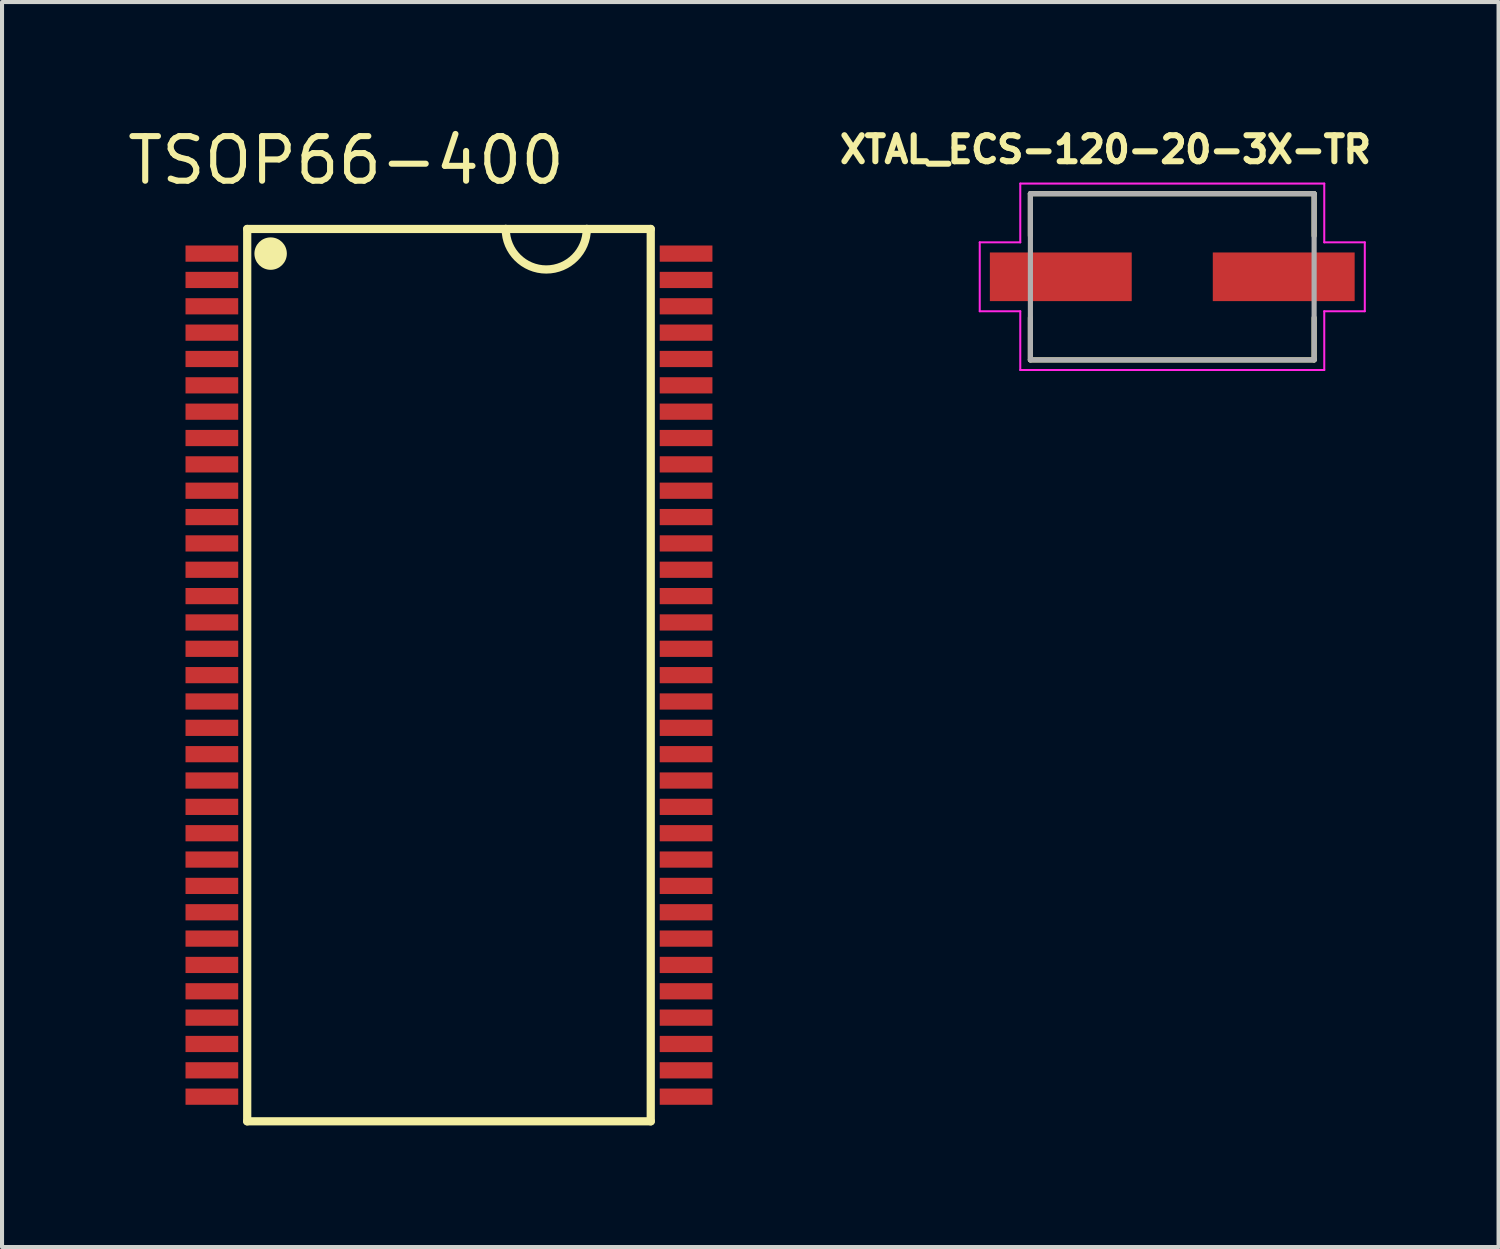
<source format=kicad_pcb>
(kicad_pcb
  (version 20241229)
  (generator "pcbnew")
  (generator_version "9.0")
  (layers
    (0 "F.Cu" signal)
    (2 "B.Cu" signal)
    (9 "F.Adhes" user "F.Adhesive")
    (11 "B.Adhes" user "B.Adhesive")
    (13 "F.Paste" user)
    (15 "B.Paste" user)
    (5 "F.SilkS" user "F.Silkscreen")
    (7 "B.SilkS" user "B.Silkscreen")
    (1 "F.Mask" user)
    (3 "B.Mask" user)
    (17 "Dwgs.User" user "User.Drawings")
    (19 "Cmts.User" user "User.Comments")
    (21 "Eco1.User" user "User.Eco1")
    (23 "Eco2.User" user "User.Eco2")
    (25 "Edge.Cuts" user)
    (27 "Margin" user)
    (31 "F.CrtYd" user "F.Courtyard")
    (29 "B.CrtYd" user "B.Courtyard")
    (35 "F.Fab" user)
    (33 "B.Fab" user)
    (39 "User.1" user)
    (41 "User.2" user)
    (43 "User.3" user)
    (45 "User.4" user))
  (footprint "XTAL_ECS-120-20-3X-TR"
    (layer "F.Cu")
    (at 25.872 3.779)
    (property "Reference" "XTAL_ECS-120-20-3X-TR" (at -1.648 -3.14 0) (layer "F.SilkS") (effects (font (size 0.641 0.641) (thickness 0.15))))
    (attr smd)
    (fp_line (start -3.5 -2.05) (end 3.5 -2.05) (stroke (width 0.127) (type solid)) (layer "F.SilkS"))
    (fp_line (start -3.5 -1.01) (end -3.5 -2.05) (stroke (width 0.127) (type solid)) (layer "F.SilkS"))
    (fp_line (start -3.5 2.05) (end -3.5 1.01) (stroke (width 0.127) (type solid)) (layer "F.SilkS"))
    (fp_line (start 3.5 -2.05) (end 3.5 -1.01) (stroke (width 0.127) (type solid)) (layer "F.SilkS"))
    (fp_line (start 3.5 1.01) (end 3.5 2.05) (stroke (width 0.127) (type solid)) (layer "F.SilkS"))
    (fp_line (start 3.5 2.05) (end -3.5 2.05) (stroke (width 0.127) (type solid)) (layer "F.SilkS"))
    (fp_line (start -4.75 -0.85) (end -4.75 0.85) (stroke (width 0.05) (type solid)) (layer "F.CrtYd"))
    (fp_line (start -4.75 0.85) (end -3.75 0.85) (stroke (width 0.05) (type solid)) (layer "F.CrtYd"))
    (fp_line (start -3.75 -2.3) (end -3.75 -0.85) (stroke (width 0.05) (type solid)) (layer "F.CrtYd"))
    (fp_line (start -3.75 -0.85) (end -4.75 -0.85) (stroke (width 0.05) (type solid)) (layer "F.CrtYd"))
    (fp_line (start -3.75 0.85) (end -3.75 2.3) (stroke (width 0.05) (type solid)) (layer "F.CrtYd"))
    (fp_line (start -3.75 2.3) (end 3.75 2.3) (stroke (width 0.05) (type solid)) (layer "F.CrtYd"))
    (fp_line (start 3.75 -2.3) (end -3.75 -2.3) (stroke (width 0.05) (type solid)) (layer "F.CrtYd"))
    (fp_line (start 3.75 -0.85) (end 3.75 -2.3) (stroke (width 0.05) (type solid)) (layer "F.CrtYd"))
    (fp_line (start 3.75 0.85) (end 4.75 0.85) (stroke (width 0.05) (type solid)) (layer "F.CrtYd"))
    (fp_line (start 3.75 2.3) (end 3.75 0.85) (stroke (width 0.05) (type solid)) (layer "F.CrtYd"))
    (fp_line (start 4.75 -0.85) (end 3.75 -0.85) (stroke (width 0.05) (type solid)) (layer "F.CrtYd"))
    (fp_line (start 4.75 0.85) (end 4.75 -0.85) (stroke (width 0.05) (type solid)) (layer "F.CrtYd"))
    (fp_line (start -3.5 -2.05) (end -3.5 2.05) (stroke (width 0.127) (type solid)) (layer "F.Fab"))
    (fp_line (start -3.5 2.05) (end 3.5 2.05) (stroke (width 0.127) (type solid)) (layer "F.Fab"))
    (fp_line (start 3.5 -2.05) (end -3.5 -2.05) (stroke (width 0.127) (type solid)) (layer "F.Fab"))
    (fp_line (start 3.5 2.05) (end 3.5 -2.05) (stroke (width 0.127) (type solid)) (layer "F.Fab"))
    (pad "1" smd rect (at -2.75 0) (size 3.5 1.2) (layers "F.Cu" "F.Mask" "F.Paste"))
    (pad "2" smd rect (at 2.75 0) (size 3.5 1.2) (layers "F.Cu" "F.Mask" "F.Paste")))
  (footprint "TSOP66-400"
    (layer "F.Cu")
    (at 8.027 13.607)
    (property "Reference" "TSOP66-400" (at -2.54 -12.7 180) (layer "F.SilkS") (effects (font (size 1.101 1.101) (thickness 0.15))))
    (attr smd)
    (fp_line (start -4.978 -11.008) (end -4.978 11.008) (stroke (width 0.203) (type solid)) (layer "F.SilkS"))
    (fp_line (start -4.978 11.008) (end 4.978 11.008) (stroke (width 0.203) (type solid)) (layer "F.SilkS"))
    (fp_line (start 1.4 -11.008) (end -4.978 -11.008) (stroke (width 0.203) (type solid)) (layer "F.SilkS"))
    (fp_line (start 3.4 -11.008) (end 1.4 -11.008) (stroke (width 0.203) (type solid)) (layer "F.SilkS"))
    (fp_line (start 4.978 -11.008) (end 3.4 -11.008) (stroke (width 0.203) (type solid)) (layer "F.SilkS"))
    (fp_line (start 4.978 11.008) (end 4.978 -11.008) (stroke (width 0.203) (type solid)) (layer "F.SilkS"))
    (fp_arc (start 3.4 -11.0084) (mid 2.4 -10.0084) (end 1.4 -11.0084) (stroke (width 0.2032) (type solid)) (layer "F.SilkS"))
    (fp_circle (center -4.4 -10.4) (end -4.4 -10) (stroke (width 0) (type solid)) (fill yes) (layer "F.SilkS"))
    (pad "1" smd rect (at -5.85 -10.4 270) (size 0.4 1.3) (layers "F.Cu" "F.Mask" "F.Paste"))
    (pad "2" smd rect (at -5.85 -9.75 270) (size 0.4 1.3) (layers "F.Cu" "F.Mask" "F.Paste"))
    (pad "3" smd rect (at -5.85 -9.1 270) (size 0.4 1.3) (layers "F.Cu" "F.Mask" "F.Paste"))
    (pad "4" smd rect (at -5.85 -8.45 270) (size 0.4 1.3) (layers "F.Cu" "F.Mask" "F.Paste"))
    (pad "5" smd rect (at -5.85 -7.8 270) (size 0.4 1.3) (layers "F.Cu" "F.Mask" "F.Paste"))
    (pad "6" smd rect (at -5.85 -7.15 270) (size 0.4 1.3) (layers "F.Cu" "F.Mask" "F.Paste"))
    (pad "7" smd rect (at -5.85 -6.5 270) (size 0.4 1.3) (layers "F.Cu" "F.Mask" "F.Paste"))
    (pad "8" smd rect (at -5.85 -5.85 270) (size 0.4 1.3) (layers "F.Cu" "F.Mask" "F.Paste"))
    (pad "9" smd rect (at -5.85 -5.2 270) (size 0.4 1.3) (layers "F.Cu" "F.Mask" "F.Paste"))
    (pad "10" smd rect (at -5.85 -4.55 270) (size 0.4 1.3) (layers "F.Cu" "F.Mask" "F.Paste"))
    (pad "11" smd rect (at -5.85 -3.9 270) (size 0.4 1.3) (layers "F.Cu" "F.Mask" "F.Paste"))
    (pad "12" smd rect (at -5.85 -3.25 270) (size 0.4 1.3) (layers "F.Cu" "F.Mask" "F.Paste"))
    (pad "13" smd rect (at -5.85 -2.6 270) (size 0.4 1.3) (layers "F.Cu" "F.Mask" "F.Paste"))
    (pad "14" smd rect (at -5.85 -1.95 270) (size 0.4 1.3) (layers "F.Cu" "F.Mask" "F.Paste"))
    (pad "15" smd rect (at -5.85 -1.3 270) (size 0.4 1.3) (layers "F.Cu" "F.Mask" "F.Paste"))
    (pad "16" smd rect (at -5.85 -0.65 270) (size 0.4 1.3) (layers "F.Cu" "F.Mask" "F.Paste"))
    (pad "17" smd rect (at -5.85 0 270) (size 0.4 1.3) (layers "F.Cu" "F.Mask" "F.Paste"))
    (pad "18" smd rect (at -5.85 0.65 270) (size 0.4 1.3) (layers "F.Cu" "F.Mask" "F.Paste"))
    (pad "19" smd rect (at -5.85 1.3 270) (size 0.4 1.3) (layers "F.Cu" "F.Mask" "F.Paste"))
    (pad "20" smd rect (at -5.85 1.95 270) (size 0.4 1.3) (layers "F.Cu" "F.Mask" "F.Paste"))
    (pad "21" smd rect (at -5.85 2.6 270) (size 0.4 1.3) (layers "F.Cu" "F.Mask" "F.Paste"))
    (pad "22" smd rect (at -5.85 3.25 270) (size 0.4 1.3) (layers "F.Cu" "F.Mask" "F.Paste"))
    (pad "23" smd rect (at -5.85 3.9 270) (size 0.4 1.3) (layers "F.Cu" "F.Mask" "F.Paste"))
    (pad "24" smd rect (at -5.85 4.55 270) (size 0.4 1.3) (layers "F.Cu" "F.Mask" "F.Paste"))
    (pad "25" smd rect (at -5.85 5.2 270) (size 0.4 1.3) (layers "F.Cu" "F.Mask" "F.Paste"))
    (pad "26" smd rect (at -5.85 5.85 270) (size 0.4 1.3) (layers "F.Cu" "F.Mask" "F.Paste"))
    (pad "27" smd rect (at -5.85 6.5 270) (size 0.4 1.3) (layers "F.Cu" "F.Mask" "F.Paste"))
    (pad "28" smd rect (at -5.85 7.15 270) (size 0.4 1.3) (layers "F.Cu" "F.Mask" "F.Paste"))
    (pad "29" smd rect (at -5.85 7.8 270) (size 0.4 1.3) (layers "F.Cu" "F.Mask" "F.Paste"))
    (pad "30" smd rect (at -5.85 8.45 270) (size 0.4 1.3) (layers "F.Cu" "F.Mask" "F.Paste"))
    (pad "31" smd rect (at -5.85 9.1 270) (size 0.4 1.3) (layers "F.Cu" "F.Mask" "F.Paste"))
    (pad "32" smd rect (at -5.85 9.75 270) (size 0.4 1.3) (layers "F.Cu" "F.Mask" "F.Paste"))
    (pad "33" smd rect (at -5.85 10.4 270) (size 0.4 1.3) (layers "F.Cu" "F.Mask" "F.Paste"))
    (pad "34" smd rect (at 5.85 10.4 270) (size 0.4 1.3) (layers "F.Cu" "F.Mask" "F.Paste"))
    (pad "35" smd rect (at 5.85 9.75 270) (size 0.4 1.3) (layers "F.Cu" "F.Mask" "F.Paste"))
    (pad "36" smd rect (at 5.85 9.1 270) (size 0.4 1.3) (layers "F.Cu" "F.Mask" "F.Paste"))
    (pad "37" smd rect (at 5.85 8.45 270) (size 0.4 1.3) (layers "F.Cu" "F.Mask" "F.Paste"))
    (pad "38" smd rect (at 5.85 7.8 270) (size 0.4 1.3) (layers "F.Cu" "F.Mask" "F.Paste"))
    (pad "39" smd rect (at 5.85 7.15 270) (size 0.4 1.3) (layers "F.Cu" "F.Mask" "F.Paste"))
    (pad "40" smd rect (at 5.85 6.5 270) (size 0.4 1.3) (layers "F.Cu" "F.Mask" "F.Paste"))
    (pad "41" smd rect (at 5.85 5.85 270) (size 0.4 1.3) (layers "F.Cu" "F.Mask" "F.Paste"))
    (pad "42" smd rect (at 5.85 5.2 270) (size 0.4 1.3) (layers "F.Cu" "F.Mask" "F.Paste"))
    (pad "43" smd rect (at 5.85 4.55 270) (size 0.4 1.3) (layers "F.Cu" "F.Mask" "F.Paste"))
    (pad "44" smd rect (at 5.85 3.9 270) (size 0.4 1.3) (layers "F.Cu" "F.Mask" "F.Paste"))
    (pad "45" smd rect (at 5.85 3.25 270) (size 0.4 1.3) (layers "F.Cu" "F.Mask" "F.Paste"))
    (pad "46" smd rect (at 5.85 2.6 270) (size 0.4 1.3) (layers "F.Cu" "F.Mask" "F.Paste"))
    (pad "47" smd rect (at 5.85 1.95 270) (size 0.4 1.3) (layers "F.Cu" "F.Mask" "F.Paste"))
    (pad "48" smd rect (at 5.85 1.3 270) (size 0.4 1.3) (layers "F.Cu" "F.Mask" "F.Paste"))
    (pad "49" smd rect (at 5.85 0.65 270) (size 0.4 1.3) (layers "F.Cu" "F.Mask" "F.Paste"))
    (pad "50" smd rect (at 5.85 0 270) (size 0.4 1.3) (layers "F.Cu" "F.Mask" "F.Paste"))
    (pad "51" smd rect (at 5.85 -0.65 270) (size 0.4 1.3) (layers "F.Cu" "F.Mask" "F.Paste"))
    (pad "52" smd rect (at 5.85 -1.3 270) (size 0.4 1.3) (layers "F.Cu" "F.Mask" "F.Paste"))
    (pad "53" smd rect (at 5.85 -1.95 270) (size 0.4 1.3) (layers "F.Cu" "F.Mask" "F.Paste"))
    (pad "54" smd rect (at 5.85 -2.6 270) (size 0.4 1.3) (layers "F.Cu" "F.Mask" "F.Paste"))
    (pad "55" smd rect (at 5.85 -3.25 270) (size 0.4 1.3) (layers "F.Cu" "F.Mask" "F.Paste"))
    (pad "56" smd rect (at 5.85 -3.9 270) (size 0.4 1.3) (layers "F.Cu" "F.Mask" "F.Paste"))
    (pad "57" smd rect (at 5.85 -4.55 270) (size 0.4 1.3) (layers "F.Cu" "F.Mask" "F.Paste"))
    (pad "58" smd rect (at 5.85 -5.2 270) (size 0.4 1.3) (layers "F.Cu" "F.Mask" "F.Paste"))
    (pad "59" smd rect (at 5.85 -5.85 270) (size 0.4 1.3) (layers "F.Cu" "F.Mask" "F.Paste"))
    (pad "60" smd rect (at 5.85 -6.5 270) (size 0.4 1.3) (layers "F.Cu" "F.Mask" "F.Paste"))
    (pad "61" smd rect (at 5.85 -7.15 270) (size 0.4 1.3) (layers "F.Cu" "F.Mask" "F.Paste"))
    (pad "62" smd rect (at 5.85 -7.8 270) (size 0.4 1.3) (layers "F.Cu" "F.Mask" "F.Paste"))
    (pad "63" smd rect (at 5.85 -8.45 270) (size 0.4 1.3) (layers "F.Cu" "F.Mask" "F.Paste"))
    (pad "64" smd rect (at 5.85 -9.1 270) (size 0.4 1.3) (layers "F.Cu" "F.Mask" "F.Paste"))
    (pad "65" smd rect (at 5.85 -9.75 270) (size 0.4 1.3) (layers "F.Cu" "F.Mask" "F.Paste"))
    (pad "66" smd rect (at 5.85 -10.4 270) (size 0.4 1.3) (layers "F.Cu" "F.Mask" "F.Paste")))
  (gr_rect
    (start -3 -3)
    (end 33.922 27.717)
    (stroke (width 0.1) (type default))
    (fill no)
    (layer "Edge.Cuts")))
</source>
